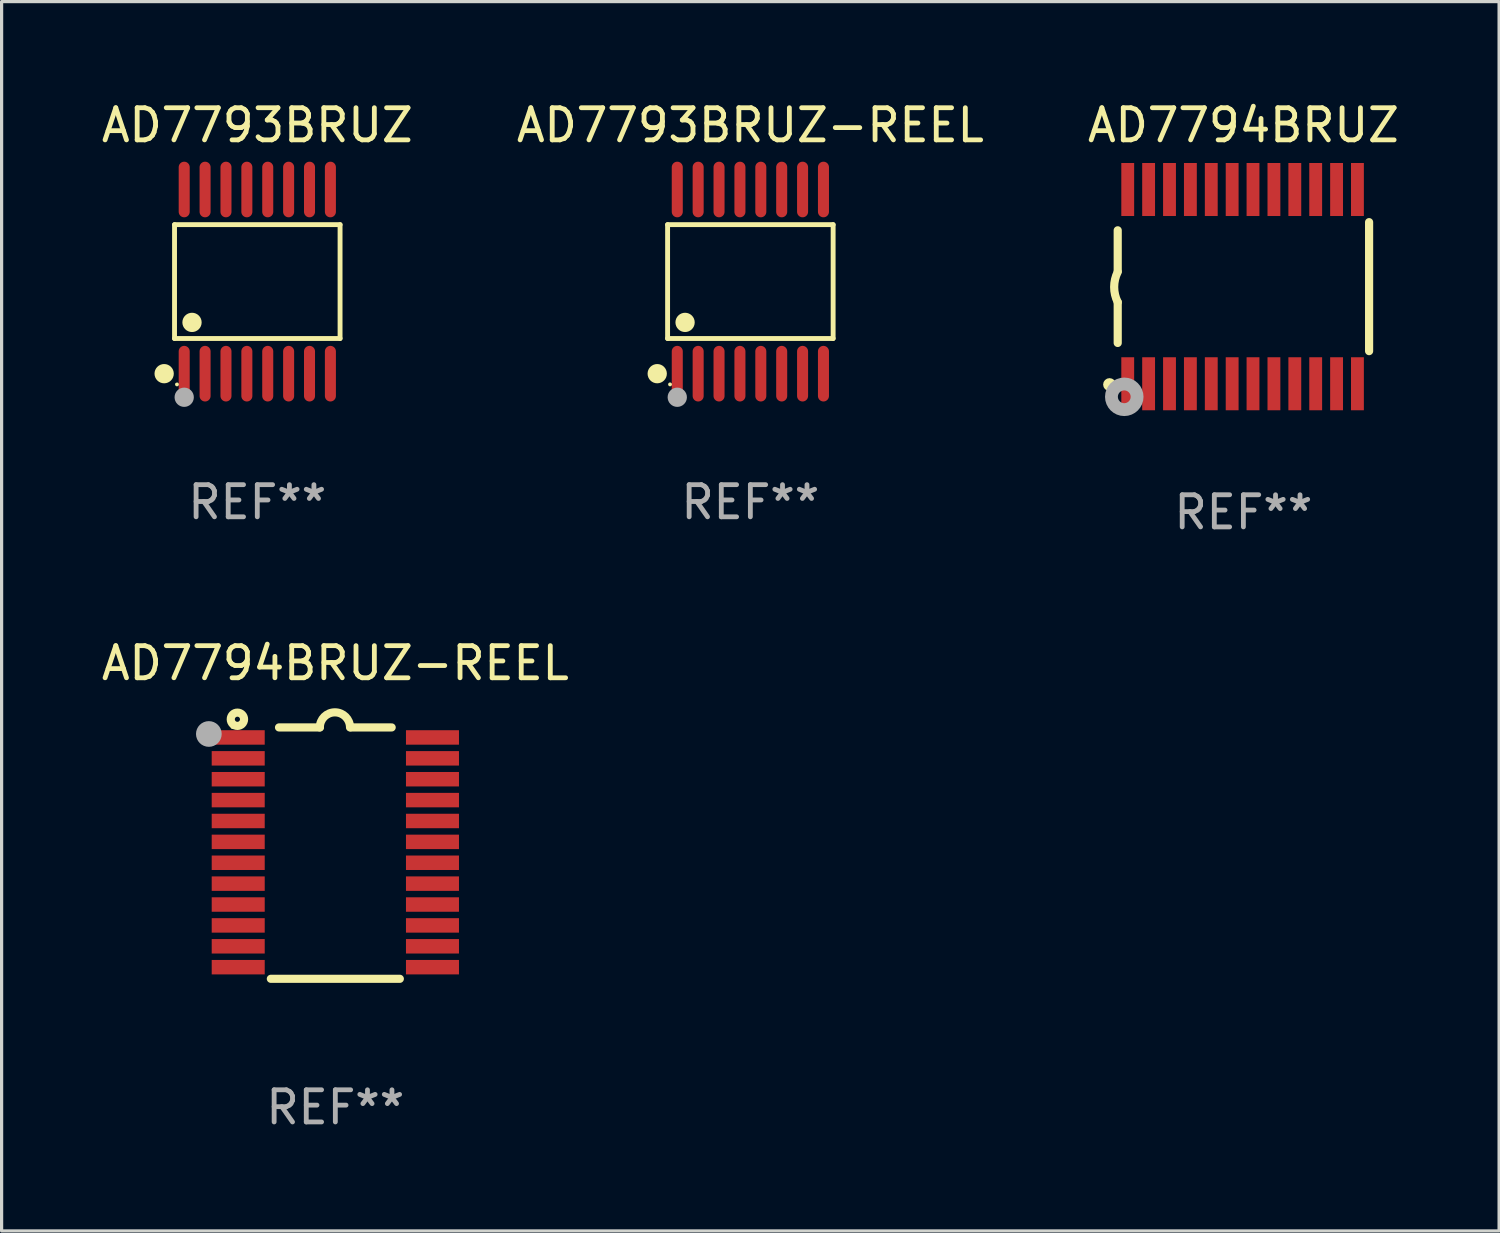
<source format=kicad_pcb>
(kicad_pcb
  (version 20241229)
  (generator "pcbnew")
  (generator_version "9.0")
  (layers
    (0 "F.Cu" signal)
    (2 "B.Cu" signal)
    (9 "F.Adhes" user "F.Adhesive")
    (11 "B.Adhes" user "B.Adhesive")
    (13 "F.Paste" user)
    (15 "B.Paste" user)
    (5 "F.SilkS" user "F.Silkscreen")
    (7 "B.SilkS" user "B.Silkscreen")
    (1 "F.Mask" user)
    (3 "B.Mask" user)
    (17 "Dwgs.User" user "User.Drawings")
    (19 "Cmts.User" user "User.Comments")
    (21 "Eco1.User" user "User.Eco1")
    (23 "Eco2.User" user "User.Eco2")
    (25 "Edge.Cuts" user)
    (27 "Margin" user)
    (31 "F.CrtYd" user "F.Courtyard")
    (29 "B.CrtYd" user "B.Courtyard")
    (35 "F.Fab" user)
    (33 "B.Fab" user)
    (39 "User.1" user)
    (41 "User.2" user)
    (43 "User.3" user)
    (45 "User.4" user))
  (footprint "AD7793BRUZ"
    (layer "F.Cu")
    (at 4.958 5.714)
    (property "Reference" "AD7793BRUZ" (at 0 -4.866 0) (layer "F.SilkS") (effects (font (size 1 1) (thickness 0.15))))
    (attr through_hole)
    (fp_line (start -2.576 -1.772) (end 2.576 -1.772) (stroke (width 0.152) (type solid)) (layer "F.SilkS"))
    (fp_line (start -2.576 1.771) (end -2.576 -1.772) (stroke (width 0.152) (type solid)) (layer "F.SilkS"))
    (fp_line (start 2.576 -1.772) (end 2.576 1.771) (stroke (width 0.152) (type solid)) (layer "F.SilkS"))
    (fp_line (start 2.576 1.771) (end -2.576 1.771) (stroke (width 0.152) (type solid)) (layer "F.SilkS"))
    (fp_circle (center -2.899 2.866) (end -2.749 2.866) (stroke (width 0.3) (type solid)) (fill no) (layer "F.SilkS"))
    (fp_circle (center -2.5 3.2) (end -2.47 3.2) (stroke (width 0.06) (type solid)) (fill no) (layer "F.SilkS"))
    (fp_circle (center -2.032 1.27) (end -1.882 1.27) (stroke (width 0.3) (type solid)) (fill no) (layer "F.SilkS"))
    (fp_circle (center -2.275 3.6) (end -2.125 3.6) (stroke (width 0.3) (type solid)) (fill no) (layer "F.Fab"))
    (fp_text user "REF**" (at 0 6.866 0) (layer "F.Fab") (effects (font (size 1 1) (thickness 0.15))))
    (pad "1" smd oval (at -2.275 2.866) (size 0.343 1.731) (layers "F.Cu" "F.Mask" "F.Paste"))
    (pad "2" smd oval (at -1.625 2.866) (size 0.343 1.731) (layers "F.Cu" "F.Mask" "F.Paste"))
    (pad "3" smd oval (at -0.975 2.866) (size 0.343 1.731) (layers "F.Cu" "F.Mask" "F.Paste"))
    (pad "4" smd oval (at -0.325 2.866) (size 0.343 1.731) (layers "F.Cu" "F.Mask" "F.Paste"))
    (pad "5" smd oval (at 0.325 2.866) (size 0.343 1.731) (layers "F.Cu" "F.Mask" "F.Paste"))
    (pad "6" smd oval (at 0.975 2.866) (size 0.343 1.731) (layers "F.Cu" "F.Mask" "F.Paste"))
    (pad "7" smd oval (at 1.625 2.866) (size 0.343 1.731) (layers "F.Cu" "F.Mask" "F.Paste"))
    (pad "8" smd oval (at 2.275 2.866) (size 0.343 1.731) (layers "F.Cu" "F.Mask" "F.Paste"))
    (pad "9" smd oval (at 2.275 -2.866) (size 0.343 1.731) (layers "F.Cu" "F.Mask" "F.Paste"))
    (pad "10" smd oval (at 1.625 -2.866) (size 0.343 1.731) (layers "F.Cu" "F.Mask" "F.Paste"))
    (pad "11" smd oval (at 0.975 -2.866) (size 0.343 1.731) (layers "F.Cu" "F.Mask" "F.Paste"))
    (pad "12" smd oval (at 0.325 -2.866) (size 0.343 1.731) (layers "F.Cu" "F.Mask" "F.Paste"))
    (pad "13" smd oval (at -0.325 -2.866) (size 0.343 1.731) (layers "F.Cu" "F.Mask" "F.Paste"))
    (pad "14" smd oval (at -0.975 -2.866) (size 0.343 1.731) (layers "F.Cu" "F.Mask" "F.Paste"))
    (pad "15" smd oval (at -1.625 -2.866) (size 0.343 1.731) (layers "F.Cu" "F.Mask" "F.Paste"))
    (pad "16" smd oval (at -2.275 -2.866) (size 0.343 1.731) (layers "F.Cu" "F.Mask" "F.Paste")))
  (footprint "AD7794BRUZ"
    (layer "F.Cu")
    (at 35.649 5.871)
    (property "Reference" "AD7794BRUZ" (at 0 -5.023 0) (layer "F.SilkS") (effects (font (size 1 1) (thickness 0.15))))
    (attr through_hole)
    (fp_line (start -3.912 -0.483) (end -3.912 -1.753) (stroke (width 0.254) (type solid)) (layer "F.SilkS"))
    (fp_line (start -3.912 1.753) (end -3.912 0.483) (stroke (width 0.254) (type solid)) (layer "F.SilkS"))
    (fp_line (start 3.912 -2.007) (end 3.912 2.007) (stroke (width 0.254) (type solid)) (layer "F.SilkS"))
    (fp_arc (start -3.911608 0.482601) (mid -4.022537 0.0127) (end -3.911608 -0.457201) (stroke (width 0.254001) (type solid)) (layer "F.SilkS"))
    (fp_circle (center -4.166 3.048) (end -4.066 3.048) (stroke (width 0.2) (type solid)) (fill no) (layer "F.SilkS"))
    (fp_circle (center -3.925 3.186) (end -3.895 3.186) (stroke (width 0.06) (type solid)) (fill no) (layer "F.SilkS"))
    (fp_circle (center -3.708 3.429) (end -3.509 3.429) (stroke (width 0.4) (type solid)) (fill no) (layer "F.Fab"))
    (fp_text user "REF**" (at 0 7.023 0) (layer "F.Fab") (effects (font (size 1 1) (thickness 0.15))))
    (pad "1" smd rect (at -3.6 3.023) (size 0.4 1.65) (layers "F.Cu" "F.Mask" "F.Paste"))
    (pad "2" smd rect (at -2.95 3.023) (size 0.4 1.65) (layers "F.Cu" "F.Mask" "F.Paste"))
    (pad "3" smd rect (at -2.3 3.023) (size 0.4 1.65) (layers "F.Cu" "F.Mask" "F.Paste"))
    (pad "4" smd rect (at -1.65 3.023) (size 0.4 1.65) (layers "F.Cu" "F.Mask" "F.Paste"))
    (pad "5" smd rect (at -1 3.023) (size 0.4 1.65) (layers "F.Cu" "F.Mask" "F.Paste"))
    (pad "6" smd rect (at -0.35 3.023) (size 0.4 1.65) (layers "F.Cu" "F.Mask" "F.Paste"))
    (pad "7" smd rect (at 0.299 3.023) (size 0.4 1.65) (layers "F.Cu" "F.Mask" "F.Paste"))
    (pad "8" smd rect (at 0.95 3.023) (size 0.4 1.65) (layers "F.Cu" "F.Mask" "F.Paste"))
    (pad "9" smd rect (at 1.6 3.023) (size 0.4 1.65) (layers "F.Cu" "F.Mask" "F.Paste"))
    (pad "10" smd rect (at 2.25 3.023) (size 0.4 1.65) (layers "F.Cu" "F.Mask" "F.Paste"))
    (pad "11" smd rect (at 2.9 3.023) (size 0.4 1.65) (layers "F.Cu" "F.Mask" "F.Paste"))
    (pad "12" smd rect (at 3.549 3.023) (size 0.4 1.65) (layers "F.Cu" "F.Mask" "F.Paste"))
    (pad "13" smd rect (at 3.549 -3.023) (size 0.4 1.65) (layers "F.Cu" "F.Mask" "F.Paste"))
    (pad "14" smd rect (at 2.9 -3.023) (size 0.4 1.65) (layers "F.Cu" "F.Mask" "F.Paste"))
    (pad "15" smd rect (at 2.25 -3.023) (size 0.4 1.65) (layers "F.Cu" "F.Mask" "F.Paste"))
    (pad "16" smd rect (at 1.6 -3.023) (size 0.4 1.65) (layers "F.Cu" "F.Mask" "F.Paste"))
    (pad "17" smd rect (at 0.95 -3.023) (size 0.4 1.65) (layers "F.Cu" "F.Mask" "F.Paste"))
    (pad "18" smd rect (at 0.299 -3.023) (size 0.4 1.65) (layers "F.Cu" "F.Mask" "F.Paste"))
    (pad "19" smd rect (at -0.35 -3.023) (size 0.4 1.65) (layers "F.Cu" "F.Mask" "F.Paste"))
    (pad "20" smd rect (at -1 -3.023) (size 0.4 1.65) (layers "F.Cu" "F.Mask" "F.Paste"))
    (pad "21" smd rect (at -1.65 -3.023) (size 0.4 1.65) (layers "F.Cu" "F.Mask" "F.Paste"))
    (pad "22" smd rect (at -2.3 -3.023) (size 0.4 1.65) (layers "F.Cu" "F.Mask" "F.Paste"))
    (pad "23" smd rect (at -2.95 -3.023) (size 0.4 1.65) (layers "F.Cu" "F.Mask" "F.Paste"))
    (pad "24" smd rect (at -3.6 -3.023) (size 0.4 1.65) (layers "F.Cu" "F.Mask" "F.Paste")))
  (footprint "AD7793BRUZ-REEL"
    (layer "F.Cu")
    (at 20.304 5.714)
    (property "Reference" "AD7793BRUZ-REEL" (at 0 -4.866 0) (layer "F.SilkS") (effects (font (size 1 1) (thickness 0.15))))
    (attr through_hole)
    (fp_line (start -2.576 -1.772) (end 2.576 -1.772) (stroke (width 0.152) (type solid)) (layer "F.SilkS"))
    (fp_line (start -2.576 1.771) (end -2.576 -1.772) (stroke (width 0.152) (type solid)) (layer "F.SilkS"))
    (fp_line (start 2.576 -1.772) (end 2.576 1.771) (stroke (width 0.152) (type solid)) (layer "F.SilkS"))
    (fp_line (start 2.576 1.771) (end -2.576 1.771) (stroke (width 0.152) (type solid)) (layer "F.SilkS"))
    (fp_circle (center -2.899 2.866) (end -2.749 2.866) (stroke (width 0.3) (type solid)) (fill no) (layer "F.SilkS"))
    (fp_circle (center -2.5 3.2) (end -2.47 3.2) (stroke (width 0.06) (type solid)) (fill no) (layer "F.SilkS"))
    (fp_circle (center -2.032 1.27) (end -1.882 1.27) (stroke (width 0.3) (type solid)) (fill no) (layer "F.SilkS"))
    (fp_circle (center -2.275 3.6) (end -2.125 3.6) (stroke (width 0.3) (type solid)) (fill no) (layer "F.Fab"))
    (fp_text user "REF**" (at 0 6.866 0) (layer "F.Fab") (effects (font (size 1 1) (thickness 0.15))))
    (pad "1" smd oval (at -2.275 2.866) (size 0.343 1.731) (layers "F.Cu" "F.Mask" "F.Paste"))
    (pad "2" smd oval (at -1.625 2.866) (size 0.343 1.731) (layers "F.Cu" "F.Mask" "F.Paste"))
    (pad "3" smd oval (at -0.975 2.866) (size 0.343 1.731) (layers "F.Cu" "F.Mask" "F.Paste"))
    (pad "4" smd oval (at -0.325 2.866) (size 0.343 1.731) (layers "F.Cu" "F.Mask" "F.Paste"))
    (pad "5" smd oval (at 0.325 2.866) (size 0.343 1.731) (layers "F.Cu" "F.Mask" "F.Paste"))
    (pad "6" smd oval (at 0.975 2.866) (size 0.343 1.731) (layers "F.Cu" "F.Mask" "F.Paste"))
    (pad "7" smd oval (at 1.625 2.866) (size 0.343 1.731) (layers "F.Cu" "F.Mask" "F.Paste"))
    (pad "8" smd oval (at 2.275 2.866) (size 0.343 1.731) (layers "F.Cu" "F.Mask" "F.Paste"))
    (pad "9" smd oval (at 2.275 -2.866) (size 0.343 1.731) (layers "F.Cu" "F.Mask" "F.Paste"))
    (pad "10" smd oval (at 1.625 -2.866) (size 0.343 1.731) (layers "F.Cu" "F.Mask" "F.Paste"))
    (pad "11" smd oval (at 0.975 -2.866) (size 0.343 1.731) (layers "F.Cu" "F.Mask" "F.Paste"))
    (pad "12" smd oval (at 0.325 -2.866) (size 0.343 1.731) (layers "F.Cu" "F.Mask" "F.Paste"))
    (pad "13" smd oval (at -0.325 -2.866) (size 0.343 1.731) (layers "F.Cu" "F.Mask" "F.Paste"))
    (pad "14" smd oval (at -0.975 -2.866) (size 0.343 1.731) (layers "F.Cu" "F.Mask" "F.Paste"))
    (pad "15" smd oval (at -1.625 -2.866) (size 0.343 1.731) (layers "F.Cu" "F.Mask" "F.Paste"))
    (pad "16" smd oval (at -2.275 -2.866) (size 0.343 1.731) (layers "F.Cu" "F.Mask" "F.Paste")))
  (footprint "AD7794BRUZ-REEL"
    (layer "F.Cu")
    (at 7.387 23.502)
    (property "Reference" "AD7794BRUZ-REEL" (at 0 -5.912 0) (layer "F.SilkS") (effects (font (size 1 1) (thickness 0.15))))
    (attr through_hole)
    (fp_line (start -1.753 -3.912) (end -0.483 -3.912) (stroke (width 0.254) (type solid)) (layer "F.SilkS"))
    (fp_line (start 0.483 -3.912) (end 1.753 -3.912) (stroke (width 0.254) (type solid)) (layer "F.SilkS"))
    (fp_line (start 2.007 3.912) (end -2.007 3.912) (stroke (width 0.254) (type solid)) (layer "F.SilkS"))
    (fp_arc (start -0.482626 -3.911608) (mid -0.012725 -4.381509) (end 0.457176 -3.911608) (stroke (width 0.254001) (type solid)) (layer "F.SilkS"))
    (fp_circle (center -3.2 -3.925) (end -3.17 -3.925) (stroke (width 0.06) (type solid)) (fill no) (layer "F.SilkS"))
    (fp_circle (center -3.048 -4.166) (end -2.968 -4.166) (stroke (width 0.254) (type solid)) (fill no) (layer "F.SilkS"))
    (fp_circle (center -3.937 -3.708) (end -3.737 -3.708) (stroke (width 0.4) (type solid)) (fill no) (layer "F.Fab"))
    (fp_text user "REF**" (at 0 7.912 0) (layer "F.Fab") (effects (font (size 1 1) (thickness 0.15))))
    (pad "1" smd rect (at -3.023 -3.6) (size 1.65 0.45) (layers "F.Cu" "F.Mask" "F.Paste"))
    (pad "2" smd rect (at -3.023 -2.95) (size 1.65 0.45) (layers "F.Cu" "F.Mask" "F.Paste"))
    (pad "3" smd rect (at -3.023 -2.3) (size 1.65 0.45) (layers "F.Cu" "F.Mask" "F.Paste"))
    (pad "4" smd rect (at -3.023 -1.65) (size 1.65 0.45) (layers "F.Cu" "F.Mask" "F.Paste"))
    (pad "5" smd rect (at -3.023 -1) (size 1.65 0.45) (layers "F.Cu" "F.Mask" "F.Paste"))
    (pad "6" smd rect (at -3.023 -0.35) (size 1.65 0.45) (layers "F.Cu" "F.Mask" "F.Paste"))
    (pad "7" smd rect (at -3.023 0.3) (size 1.65 0.45) (layers "F.Cu" "F.Mask" "F.Paste"))
    (pad "8" smd rect (at -3.023 0.95) (size 1.65 0.45) (layers "F.Cu" "F.Mask" "F.Paste"))
    (pad "9" smd rect (at -3.023 1.6) (size 1.65 0.45) (layers "F.Cu" "F.Mask" "F.Paste"))
    (pad "10" smd rect (at -3.023 2.25) (size 1.65 0.45) (layers "F.Cu" "F.Mask" "F.Paste"))
    (pad "11" smd rect (at -3.023 2.9) (size 1.65 0.45) (layers "F.Cu" "F.Mask" "F.Paste"))
    (pad "12" smd rect (at -3.023 3.55) (size 1.65 0.45) (layers "F.Cu" "F.Mask" "F.Paste"))
    (pad "13" smd rect (at 3.023 3.55) (size 1.65 0.45) (layers "F.Cu" "F.Mask" "F.Paste"))
    (pad "14" smd rect (at 3.023 2.9) (size 1.65 0.45) (layers "F.Cu" "F.Mask" "F.Paste"))
    (pad "15" smd rect (at 3.023 2.25) (size 1.65 0.45) (layers "F.Cu" "F.Mask" "F.Paste"))
    (pad "16" smd rect (at 3.023 1.6) (size 1.65 0.45) (layers "F.Cu" "F.Mask" "F.Paste"))
    (pad "17" smd rect (at 3.023 0.95) (size 1.65 0.45) (layers "F.Cu" "F.Mask" "F.Paste"))
    (pad "18" smd rect (at 3.023 0.3) (size 1.65 0.45) (layers "F.Cu" "F.Mask" "F.Paste"))
    (pad "19" smd rect (at 3.023 -0.35) (size 1.65 0.45) (layers "F.Cu" "F.Mask" "F.Paste"))
    (pad "20" smd rect (at 3.023 -1) (size 1.65 0.45) (layers "F.Cu" "F.Mask" "F.Paste"))
    (pad "21" smd rect (at 3.023 -1.65) (size 1.65 0.45) (layers "F.Cu" "F.Mask" "F.Paste"))
    (pad "22" smd rect (at 3.023 -2.3) (size 1.65 0.45) (layers "F.Cu" "F.Mask" "F.Paste"))
    (pad "23" smd rect (at 3.023 -2.95) (size 1.65 0.45) (layers "F.Cu" "F.Mask" "F.Paste"))
    (pad "24" smd rect (at 3.023 -3.6) (size 1.65 0.45) (layers "F.Cu" "F.Mask" "F.Paste")))
  (gr_rect
    (start -3 -3)
    (end 43.607 35.261)
    (stroke (width 0.1) (type default))
    (fill no)
    (layer "Edge.Cuts")))
</source>
